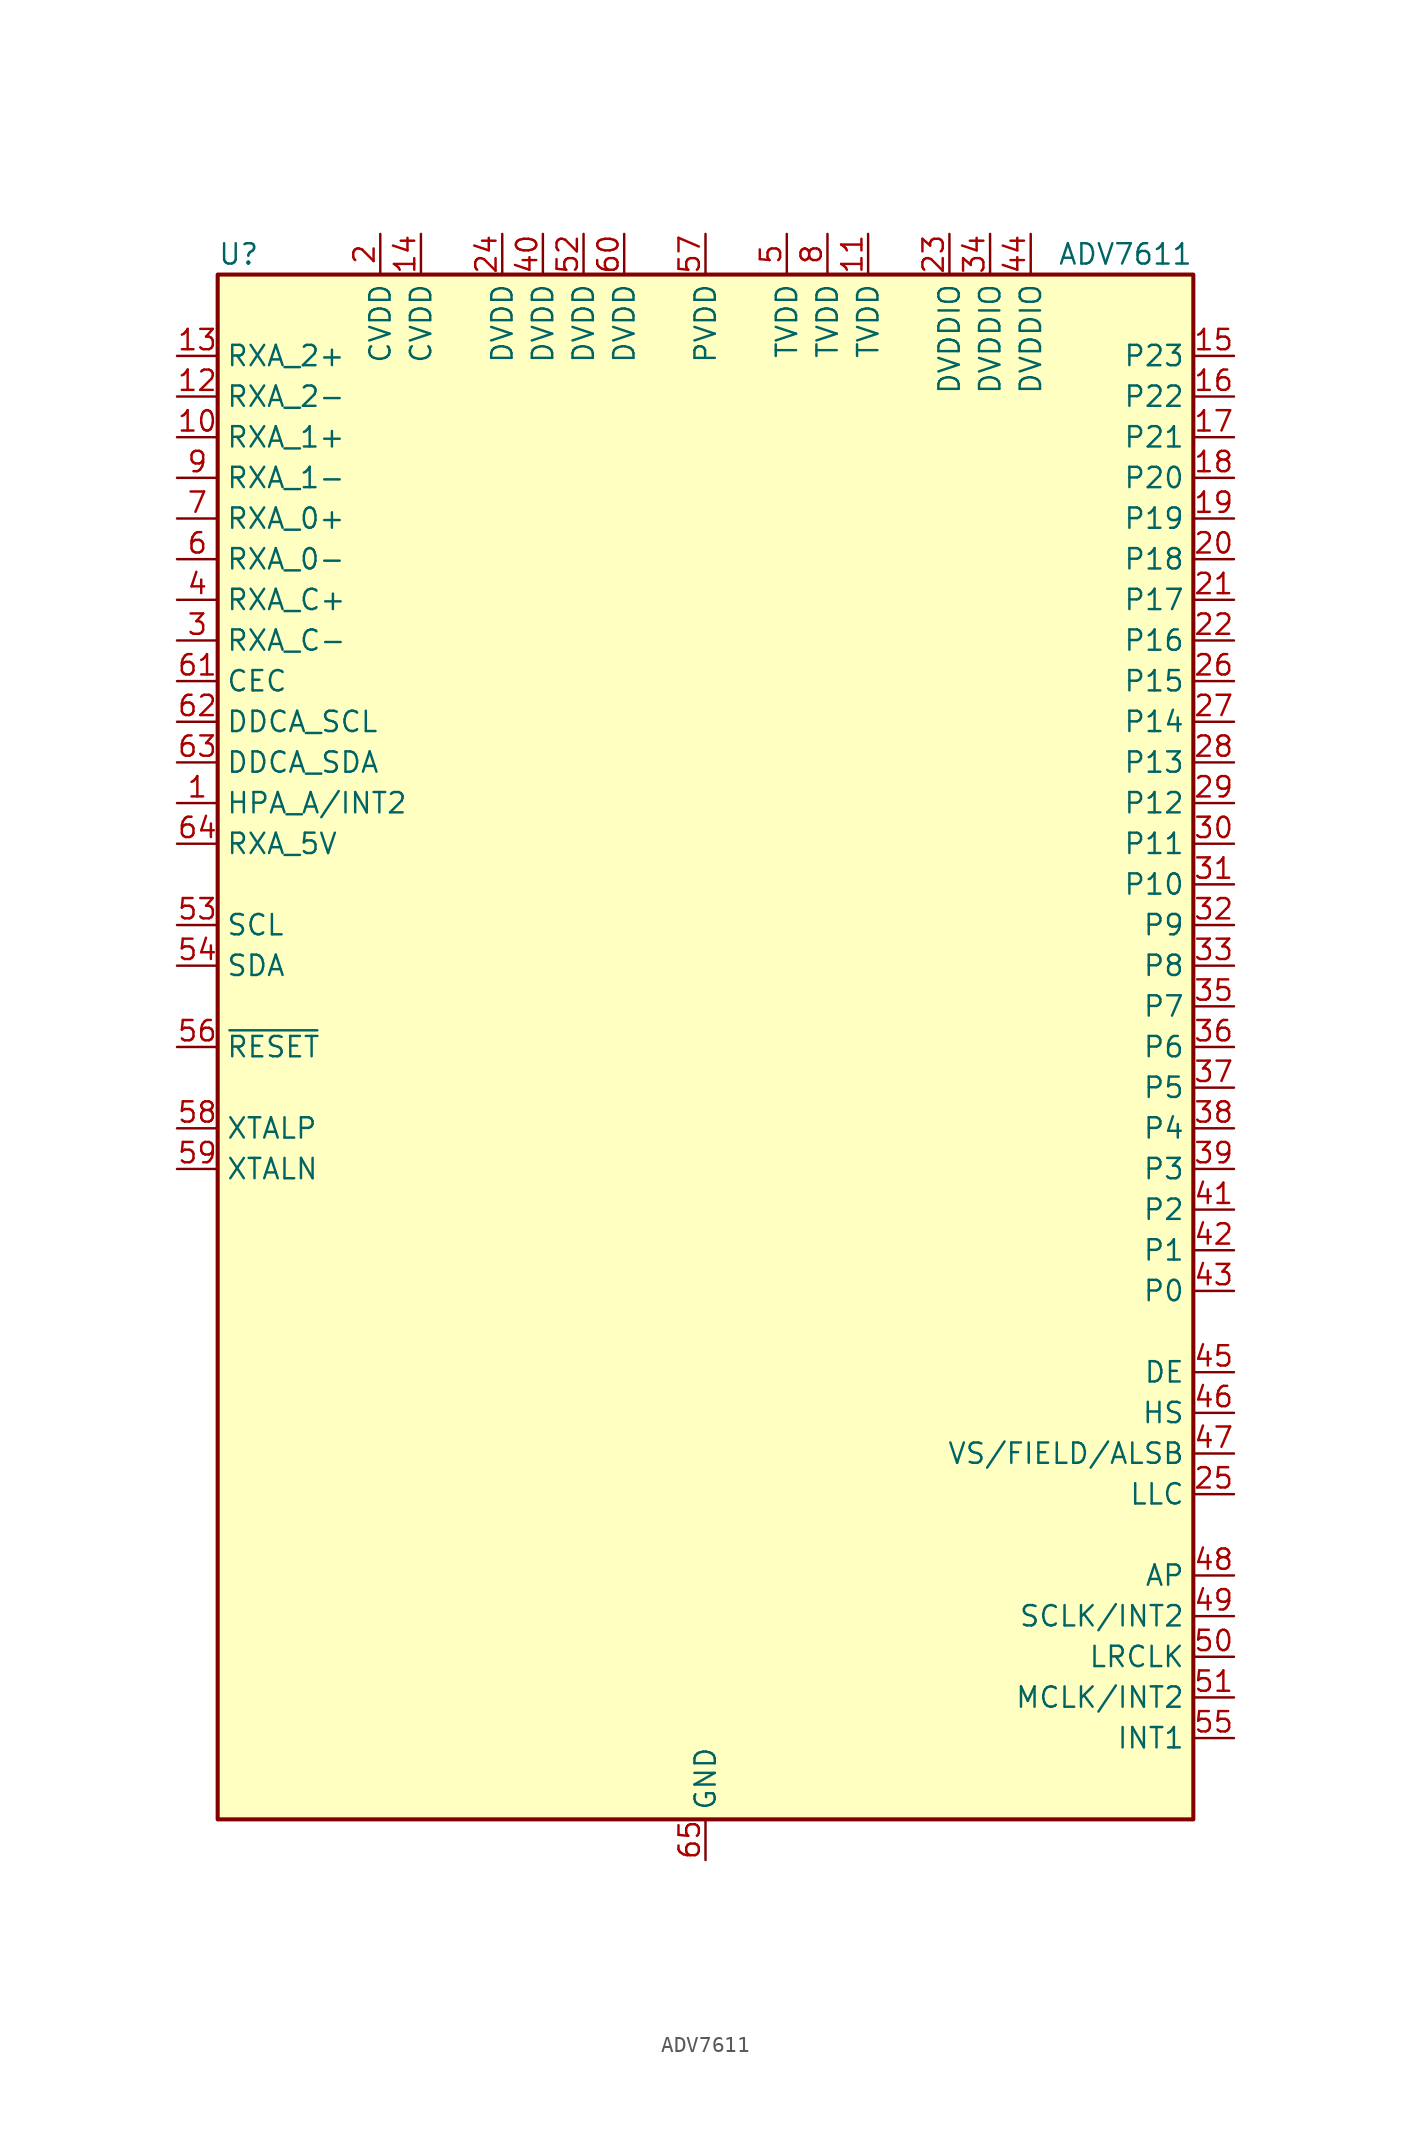
<source format=kicad_sym>
(kicad_symbol_lib
  (version 20231120)
  (generator "kicad_symbol_editor")
  (generator_version "8.0")
  (symbol "ADV7611"
    (property "Reference" "U"
      (at -30.48 49.53 0)
      (effects (font (size 1.27 1.27)) (justify left)))
    (property "Value" "ADV7611"
      (at 30.48 49.53 0)
      (effects (font (size 1.27 1.27)) (justify right)))
    (symbol "ADV7611_0_1"
      (rectangle (start -30.48 48.26) (end 30.48 -48.26) (stroke (width 0.254) (type default)) (fill (type background))))
    (symbol "ADV7611_1_1"
      (pin bidirectional line (at -33.02 15.24 0) (length 2.54) (name "HPA_A/INT2" (effects (font (size 1.27 1.27)))) (number "1" (effects (font (size 1.27 1.27)))))
      (pin input line (at -33.02 38.1 0) (length 2.54) (name "RXA_1+" (effects (font (size 1.27 1.27)))) (number "10" (effects (font (size 1.27 1.27)))))
      (pin power_in line (at 10.16 50.8 270) (length 2.54) (name "TVDD" (effects (font (size 1.27 1.27)))) (number "11" (effects (font (size 1.27 1.27)))))
      (pin input line (at -33.02 40.64 0) (length 2.54) (name "RXA_2-" (effects (font (size 1.27 1.27)))) (number "12" (effects (font (size 1.27 1.27)))))
      (pin input line (at -33.02 43.18 0) (length 2.54) (name "RXA_2+" (effects (font (size 1.27 1.27)))) (number "13" (effects (font (size 1.27 1.27)))))
      (pin power_in line (at -17.78 50.8 270) (length 2.54) (name "CVDD" (effects (font (size 1.27 1.27)))) (number "14" (effects (font (size 1.27 1.27)))))
      (pin output line (at 33.02 43.18 180) (length 2.54) (name "P23" (effects (font (size 1.27 1.27)))) (number "15" (effects (font (size 1.27 1.27)))))
      (pin output line (at 33.02 40.64 180) (length 2.54) (name "P22" (effects (font (size 1.27 1.27)))) (number "16" (effects (font (size 1.27 1.27)))))
      (pin output line (at 33.02 38.1 180) (length 2.54) (name "P21" (effects (font (size 1.27 1.27)))) (number "17" (effects (font (size 1.27 1.27)))))
      (pin output line (at 33.02 35.56 180) (length 2.54) (name "P20" (effects (font (size 1.27 1.27)))) (number "18" (effects (font (size 1.27 1.27)))))
      (pin output line (at 33.02 33.02 180) (length 2.54) (name "P19" (effects (font (size 1.27 1.27)))) (number "19" (effects (font (size 1.27 1.27)))))
      (pin power_in line (at -20.32 50.8 270) (length 2.54) (name "CVDD" (effects (font (size 1.27 1.27)))) (number "2" (effects (font (size 1.27 1.27)))))
      (pin output line (at 33.02 30.48 180) (length 2.54) (name "P18" (effects (font (size 1.27 1.27)))) (number "20" (effects (font (size 1.27 1.27)))))
      (pin output line (at 33.02 27.94 180) (length 2.54) (name "P17" (effects (font (size 1.27 1.27)))) (number "21" (effects (font (size 1.27 1.27)))))
      (pin output line (at 33.02 25.4 180) (length 2.54) (name "P16" (effects (font (size 1.27 1.27)))) (number "22" (effects (font (size 1.27 1.27)))))
      (pin power_in line (at 15.24 50.8 270) (length 2.54) (name "DVDDIO" (effects (font (size 1.27 1.27)))) (number "23" (effects (font (size 1.27 1.27)))))
      (pin power_in line (at -12.7 50.8 270) (length 2.54) (name "DVDD" (effects (font (size 1.27 1.27)))) (number "24" (effects (font (size 1.27 1.27)))))
      (pin output line (at 33.02 -27.94 180) (length 2.54) (name "LLC" (effects (font (size 1.27 1.27)))) (number "25" (effects (font (size 1.27 1.27)))))
      (pin output line (at 33.02 22.86 180) (length 2.54) (name "P15" (effects (font (size 1.27 1.27)))) (number "26" (effects (font (size 1.27 1.27)))))
      (pin output line (at 33.02 20.32 180) (length 2.54) (name "P14" (effects (font (size 1.27 1.27)))) (number "27" (effects (font (size 1.27 1.27)))))
      (pin output line (at 33.02 17.78 180) (length 2.54) (name "P13" (effects (font (size 1.27 1.27)))) (number "28" (effects (font (size 1.27 1.27)))))
      (pin output line (at 33.02 15.24 180) (length 2.54) (name "P12" (effects (font (size 1.27 1.27)))) (number "29" (effects (font (size 1.27 1.27)))))
      (pin input line (at -33.02 25.4 0) (length 2.54) (name "RXA_C-" (effects (font (size 1.27 1.27)))) (number "3" (effects (font (size 1.27 1.27)))))
      (pin output line (at 33.02 12.7 180) (length 2.54) (name "P11" (effects (font (size 1.27 1.27)))) (number "30" (effects (font (size 1.27 1.27)))))
      (pin output line (at 33.02 10.16 180) (length 2.54) (name "P10" (effects (font (size 1.27 1.27)))) (number "31" (effects (font (size 1.27 1.27)))))
      (pin output line (at 33.02 7.62 180) (length 2.54) (name "P9" (effects (font (size 1.27 1.27)))) (number "32" (effects (font (size 1.27 1.27)))))
      (pin output line (at 33.02 5.08 180) (length 2.54) (name "P8" (effects (font (size 1.27 1.27)))) (number "33" (effects (font (size 1.27 1.27)))))
      (pin power_in line (at 17.78 50.8 270) (length 2.54) (name "DVDDIO" (effects (font (size 1.27 1.27)))) (number "34" (effects (font (size 1.27 1.27)))))
      (pin output line (at 33.02 2.54 180) (length 2.54) (name "P7" (effects (font (size 1.27 1.27)))) (number "35" (effects (font (size 1.27 1.27)))))
      (pin output line (at 33.02 0 180) (length 2.54) (name "P6" (effects (font (size 1.27 1.27)))) (number "36" (effects (font (size 1.27 1.27)))))
      (pin output line (at 33.02 -2.54 180) (length 2.54) (name "P5" (effects (font (size 1.27 1.27)))) (number "37" (effects (font (size 1.27 1.27)))))
      (pin output line (at 33.02 -5.08 180) (length 2.54) (name "P4" (effects (font (size 1.27 1.27)))) (number "38" (effects (font (size 1.27 1.27)))))
      (pin output line (at 33.02 -7.62 180) (length 2.54) (name "P3" (effects (font (size 1.27 1.27)))) (number "39" (effects (font (size 1.27 1.27)))))
      (pin input line (at -33.02 27.94 0) (length 2.54) (name "RXA_C+" (effects (font (size 1.27 1.27)))) (number "4" (effects (font (size 1.27 1.27)))))
      (pin power_in line (at -10.16 50.8 270) (length 2.54) (name "DVDD" (effects (font (size 1.27 1.27)))) (number "40" (effects (font (size 1.27 1.27)))))
      (pin output line (at 33.02 -10.16 180) (length 2.54) (name "P2" (effects (font (size 1.27 1.27)))) (number "41" (effects (font (size 1.27 1.27)))))
      (pin output line (at 33.02 -12.7 180) (length 2.54) (name "P1" (effects (font (size 1.27 1.27)))) (number "42" (effects (font (size 1.27 1.27)))))
      (pin output line (at 33.02 -15.24 180) (length 2.54) (name "P0" (effects (font (size 1.27 1.27)))) (number "43" (effects (font (size 1.27 1.27)))))
      (pin power_in line (at 20.32 50.8 270) (length 2.54) (name "DVDDIO" (effects (font (size 1.27 1.27)))) (number "44" (effects (font (size 1.27 1.27)))))
      (pin output line (at 33.02 -20.32 180) (length 2.54) (name "DE" (effects (font (size 1.27 1.27)))) (number "45" (effects (font (size 1.27 1.27)))))
      (pin output line (at 33.02 -22.86 180) (length 2.54) (name "HS" (effects (font (size 1.27 1.27)))) (number "46" (effects (font (size 1.27 1.27)))))
      (pin bidirectional line (at 33.02 -25.4 180) (length 2.54) (name "VS/FIELD/ALSB" (effects (font (size 1.27 1.27)))) (number "47" (effects (font (size 1.27 1.27)))))
      (pin output line (at 33.02 -33.02 180) (length 2.54) (name "AP" (effects (font (size 1.27 1.27)))) (number "48" (effects (font (size 1.27 1.27)))))
      (pin output line (at 33.02 -35.56 180) (length 2.54) (name "SCLK/INT2" (effects (font (size 1.27 1.27)))) (number "49" (effects (font (size 1.27 1.27)))))
      (pin power_in line (at 5.08 50.8 270) (length 2.54) (name "TVDD" (effects (font (size 1.27 1.27)))) (number "5" (effects (font (size 1.27 1.27)))))
      (pin output line (at 33.02 -38.1 180) (length 2.54) (name "LRCLK" (effects (font (size 1.27 1.27)))) (number "50" (effects (font (size 1.27 1.27)))))
      (pin output line (at 33.02 -40.64 180) (length 2.54) (name "MCLK/INT2" (effects (font (size 1.27 1.27)))) (number "51" (effects (font (size 1.27 1.27)))))
      (pin power_in line (at -7.62 50.8 270) (length 2.54) (name "DVDD" (effects (font (size 1.27 1.27)))) (number "52" (effects (font (size 1.27 1.27)))))
      (pin input line (at -33.02 7.62 0) (length 2.54) (name "SCL" (effects (font (size 1.27 1.27)))) (number "53" (effects (font (size 1.27 1.27)))))
      (pin bidirectional line (at -33.02 5.08 0) (length 2.54) (name "SDA" (effects (font (size 1.27 1.27)))) (number "54" (effects (font (size 1.27 1.27)))))
      (pin output line (at 33.02 -43.18 180) (length 2.54) (name "INT1" (effects (font (size 1.27 1.27)))) (number "55" (effects (font (size 1.27 1.27)))))
      (pin input line (at -33.02 0 0) (length 2.54) (name "~{RESET}" (effects (font (size 1.27 1.27)))) (number "56" (effects (font (size 1.27 1.27)))))
      (pin power_in line (at 0 50.8 270) (length 2.54) (name "PVDD" (effects (font (size 1.27 1.27)))) (number "57" (effects (font (size 1.27 1.27)))))
      (pin input line (at -33.02 -5.08 0) (length 2.54) (name "XTALP" (effects (font (size 1.27 1.27)))) (number "58" (effects (font (size 1.27 1.27)))))
      (pin input line (at -33.02 -7.62 0) (length 2.54) (name "XTALN" (effects (font (size 1.27 1.27)))) (number "59" (effects (font (size 1.27 1.27)))))
      (pin input line (at -33.02 30.48 0) (length 2.54) (name "RXA_0-" (effects (font (size 1.27 1.27)))) (number "6" (effects (font (size 1.27 1.27)))))
      (pin power_in line (at -5.08 50.8 270) (length 2.54) (name "DVDD" (effects (font (size 1.27 1.27)))) (number "60" (effects (font (size 1.27 1.27)))))
      (pin bidirectional line (at -33.02 22.86 0) (length 2.54) (name "CEC" (effects (font (size 1.27 1.27)))) (number "61" (effects (font (size 1.27 1.27)))))
      (pin input line (at -33.02 20.32 0) (length 2.54) (name "DDCA_SCL" (effects (font (size 1.27 1.27)))) (number "62" (effects (font (size 1.27 1.27)))))
      (pin bidirectional line (at -33.02 17.78 0) (length 2.54) (name "DDCA_SDA" (effects (font (size 1.27 1.27)))) (number "63" (effects (font (size 1.27 1.27)))))
      (pin input line (at -33.02 12.7 0) (length 2.54) (name "RXA_5V" (effects (font (size 1.27 1.27)))) (number "64" (effects (font (size 1.27 1.27)))))
      (pin power_in line (at 0 -50.8 90) (length 2.54) (name "GND" (effects (font (size 1.27 1.27)))) (number "65" (effects (font (size 1.27 1.27)))))
      (pin input line (at -33.02 33.02 0) (length 2.54) (name "RXA_0+" (effects (font (size 1.27 1.27)))) (number "7" (effects (font (size 1.27 1.27)))))
      (pin power_in line (at 7.62 50.8 270) (length 2.54) (name "TVDD" (effects (font (size 1.27 1.27)))) (number "8" (effects (font (size 1.27 1.27)))))
      (pin input line (at -33.02 35.56 0) (length 2.54) (name "RXA_1-" (effects (font (size 1.27 1.27)))) (number "9" (effects (font (size 1.27 1.27))))))))
</source>
